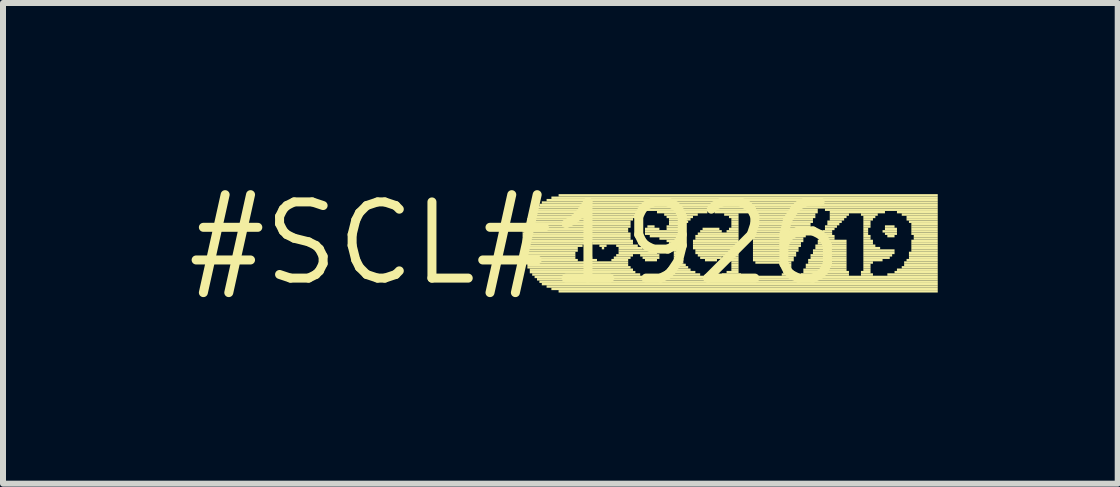
<source format=kicad_pcb>
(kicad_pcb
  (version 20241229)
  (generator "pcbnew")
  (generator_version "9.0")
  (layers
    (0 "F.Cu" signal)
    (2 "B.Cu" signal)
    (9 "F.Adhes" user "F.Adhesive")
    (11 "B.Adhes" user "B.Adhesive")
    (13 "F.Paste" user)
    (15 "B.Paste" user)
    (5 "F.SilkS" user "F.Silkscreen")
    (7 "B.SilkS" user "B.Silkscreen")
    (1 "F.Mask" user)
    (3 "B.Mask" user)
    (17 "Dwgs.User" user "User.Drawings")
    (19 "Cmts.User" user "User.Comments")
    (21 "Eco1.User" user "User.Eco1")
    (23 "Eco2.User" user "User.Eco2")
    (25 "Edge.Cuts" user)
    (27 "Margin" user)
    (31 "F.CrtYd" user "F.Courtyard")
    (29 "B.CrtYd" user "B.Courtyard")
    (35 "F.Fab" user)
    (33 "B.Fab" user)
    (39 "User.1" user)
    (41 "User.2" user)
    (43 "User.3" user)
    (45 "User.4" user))
  (footprint "#SCL#1926"
    (layer "F.Cu")
    (at 5.541 1.006)
    (property "Reference" "#SCL#1926" (at 0 0 0) (layer "F.SilkS") (effects (font (size 1.27 1.27) (thickness 0.15))))
    (attr through_hole)
    (fp_poly (pts (xy 0.12 -0.18) (xy 1.88 -0.18) (xy 1.88 -0.22) (xy 0.12 -0.22)) (stroke (width 0) (type solid)) (fill yes) (layer "F.SilkS"))
    (fp_poly (pts (xy 0.12 -0.14) (xy 1.92 -0.14) (xy 1.92 -0.18) (xy 0.12 -0.18)) (stroke (width 0) (type solid)) (fill yes) (layer "F.SilkS"))
    (fp_poly (pts (xy 0.12 -0.1) (xy 1.92 -0.1) (xy 1.92 -0.14) (xy 0.12 -0.14)) (stroke (width 0) (type solid)) (fill yes) (layer "F.SilkS"))
    (fp_poly (pts (xy 0.12 -0.06) (xy 1.92 -0.06) (xy 1.92 -0.1) (xy 0.12 -0.1)) (stroke (width 0) (type solid)) (fill yes) (layer "F.SilkS"))
    (fp_poly (pts (xy 0.12 -0.02) (xy 1.96 -0.02) (xy 1.96 -0.06) (xy 0.12 -0.06)) (stroke (width 0) (type solid)) (fill yes) (layer "F.SilkS"))
    (fp_poly (pts (xy 0.12 0.02) (xy 1.2 0.02) (xy 1.2 -0.02) (xy 0.12 -0.02)) (stroke (width 0) (type solid)) (fill yes) (layer "F.SilkS"))
    (fp_poly (pts (xy 0.12 0.06) (xy 1.12 0.06) (xy 1.12 0.02) (xy 0.12 0.02)) (stroke (width 0) (type solid)) (fill yes) (layer "F.SilkS"))
    (fp_poly (pts (xy 0.12 0.1) (xy 1.04 0.1) (xy 1.04 0.06) (xy 0.12 0.06)) (stroke (width 0) (type solid)) (fill yes) (layer "F.SilkS"))
    (fp_poly (pts (xy 0.12 0.14) (xy 1.04 0.14) (xy 1.04 0.1) (xy 0.12 0.1)) (stroke (width 0) (type solid)) (fill yes) (layer "F.SilkS"))
    (fp_poly (pts (xy 0.12 0.18) (xy 1 0.18) (xy 1 0.14) (xy 0.12 0.14)) (stroke (width 0) (type solid)) (fill yes) (layer "F.SilkS"))
    (fp_poly (pts (xy 0.12 0.22) (xy 1 0.22) (xy 1 0.18) (xy 0.12 0.18)) (stroke (width 0) (type solid)) (fill yes) (layer "F.SilkS"))
    (fp_poly (pts (xy 0.16 -0.3) (xy 1.92 -0.3) (xy 1.92 -0.34) (xy 0.16 -0.34)) (stroke (width 0) (type solid)) (fill yes) (layer "F.SilkS"))
    (fp_poly (pts (xy 0.16 -0.26) (xy 1.92 -0.26) (xy 1.92 -0.3) (xy 0.16 -0.3)) (stroke (width 0) (type solid)) (fill yes) (layer "F.SilkS"))
    (fp_poly (pts (xy 0.16 -0.22) (xy 1.88 -0.22) (xy 1.88 -0.26) (xy 0.16 -0.26)) (stroke (width 0) (type solid)) (fill yes) (layer "F.SilkS"))
    (fp_poly (pts (xy 0.16 0.26) (xy 1 0.26) (xy 1 0.22) (xy 0.16 0.22)) (stroke (width 0) (type solid)) (fill yes) (layer "F.SilkS"))
    (fp_poly (pts (xy 0.16 0.3) (xy 1.04 0.3) (xy 1.04 0.26) (xy 0.16 0.26)) (stroke (width 0) (type solid)) (fill yes) (layer "F.SilkS"))
    (fp_poly (pts (xy 0.16 0.34) (xy 1.88 0.34) (xy 1.88 0.3) (xy 0.16 0.3)) (stroke (width 0) (type solid)) (fill yes) (layer "F.SilkS"))
    (fp_poly (pts (xy 0.2 -0.38) (xy 1.96 -0.38) (xy 1.96 -0.42) (xy 0.2 -0.42)) (stroke (width 0) (type solid)) (fill yes) (layer "F.SilkS"))
    (fp_poly (pts (xy 0.2 -0.34) (xy 1.92 -0.34) (xy 1.92 -0.38) (xy 0.2 -0.38)) (stroke (width 0) (type solid)) (fill yes) (layer "F.SilkS"))
    (fp_poly (pts (xy 0.2 0.38) (xy 1.88 0.38) (xy 1.88 0.34) (xy 0.2 0.34)) (stroke (width 0) (type solid)) (fill yes) (layer "F.SilkS"))
    (fp_poly (pts (xy 0.2 0.42) (xy 1.92 0.42) (xy 1.92 0.38) (xy 0.2 0.38)) (stroke (width 0) (type solid)) (fill yes) (layer "F.SilkS"))
    (fp_poly (pts (xy 0.24 -0.46) (xy 2.04 -0.46) (xy 2.04 -0.5) (xy 0.24 -0.5)) (stroke (width 0) (type solid)) (fill yes) (layer "F.SilkS"))
    (fp_poly (pts (xy 0.24 -0.42) (xy 2 -0.42) (xy 2 -0.46) (xy 0.24 -0.46)) (stroke (width 0) (type solid)) (fill yes) (layer "F.SilkS"))
    (fp_poly (pts (xy 0.24 0.46) (xy 1.96 0.46) (xy 1.96 0.42) (xy 0.24 0.42)) (stroke (width 0) (type solid)) (fill yes) (layer "F.SilkS"))
    (fp_poly (pts (xy 0.24 0.5) (xy 2 0.5) (xy 2 0.46) (xy 0.24 0.46)) (stroke (width 0) (type solid)) (fill yes) (layer "F.SilkS"))
    (fp_poly (pts (xy 0.28 -0.5) (xy 2.16 -0.5) (xy 2.16 -0.54) (xy 0.28 -0.54)) (stroke (width 0) (type solid)) (fill yes) (layer "F.SilkS"))
    (fp_poly (pts (xy 0.28 0.54) (xy 2.08 0.54) (xy 2.08 0.5) (xy 0.28 0.5)) (stroke (width 0) (type solid)) (fill yes) (layer "F.SilkS"))
    (fp_poly (pts (xy 0.32 -0.54) (xy 5.04 -0.54) (xy 5.04 -0.58) (xy 0.32 -0.58)) (stroke (width 0) (type solid)) (fill yes) (layer "F.SilkS"))
    (fp_poly (pts (xy 0.32 0.58) (xy 4.56 0.58) (xy 4.56 0.54) (xy 0.32 0.54)) (stroke (width 0) (type solid)) (fill yes) (layer "F.SilkS"))
    (fp_poly (pts (xy 0.36 -0.58) (xy 7.04 -0.58) (xy 7.04 -0.62) (xy 0.36 -0.62)) (stroke (width 0) (type solid)) (fill yes) (layer "F.SilkS"))
    (fp_poly (pts (xy 0.36 0.62) (xy 4.64 0.62) (xy 4.64 0.58) (xy 0.36 0.58)) (stroke (width 0) (type solid)) (fill yes) (layer "F.SilkS"))
    (fp_poly (pts (xy 0.4 -0.62) (xy 7.04 -0.62) (xy 7.04 -0.66) (xy 0.4 -0.66)) (stroke (width 0) (type solid)) (fill yes) (layer "F.SilkS"))
    (fp_poly (pts (xy 0.4 0.66) (xy 7.04 0.66) (xy 7.04 0.62) (xy 0.4 0.62)) (stroke (width 0) (type solid)) (fill yes) (layer "F.SilkS"))
    (fp_poly (pts (xy 0.44 -0.66) (xy 7.04 -0.66) (xy 7.04 -0.7) (xy 0.44 -0.7)) (stroke (width 0) (type solid)) (fill yes) (layer "F.SilkS"))
    (fp_poly (pts (xy 0.44 0.7) (xy 7.04 0.7) (xy 7.04 0.66) (xy 0.44 0.66)) (stroke (width 0) (type solid)) (fill yes) (layer "F.SilkS"))
    (fp_poly (pts (xy 0.52 -0.7) (xy 7.04 -0.7) (xy 7.04 -0.74) (xy 0.52 -0.74)) (stroke (width 0) (type solid)) (fill yes) (layer "F.SilkS"))
    (fp_poly (pts (xy 0.52 0.74) (xy 7.04 0.74) (xy 7.04 0.7) (xy 0.52 0.7)) (stroke (width 0) (type solid)) (fill yes) (layer "F.SilkS"))
    (fp_poly (pts (xy 0.6 -0.74) (xy 7.04 -0.74) (xy 7.04 -0.78) (xy 0.6 -0.78)) (stroke (width 0) (type solid)) (fill yes) (layer "F.SilkS"))
    (fp_poly (pts (xy 0.6 0.78) (xy 7.04 0.78) (xy 7.04 0.74) (xy 0.6 0.74)) (stroke (width 0) (type solid)) (fill yes) (layer "F.SilkS"))
    (fp_poly (pts (xy 0.72 -0.78) (xy 7.04 -0.78) (xy 7.04 -0.82) (xy 0.72 -0.82)) (stroke (width 0) (type solid)) (fill yes) (layer "F.SilkS"))
    (fp_poly (pts (xy 0.72 0.82) (xy 7.04 0.82) (xy 7.04 0.78) (xy 0.72 0.78)) (stroke (width 0) (type solid)) (fill yes) (layer "F.SilkS"))
    (fp_poly (pts (xy 1.16 0.3) (xy 1.36 0.3) (xy 1.36 0.26) (xy 1.16 0.26)) (stroke (width 0) (type solid)) (fill yes) (layer "F.SilkS"))
    (fp_poly (pts (xy 1.2 0.26) (xy 1.28 0.26) (xy 1.28 0.22) (xy 1.2 0.22)) (stroke (width 0) (type solid)) (fill yes) (layer "F.SilkS"))
    (fp_poly (pts (xy 1.28 0.02) (xy 1.96 0.02) (xy 1.96 -0.02) (xy 1.28 -0.02)) (stroke (width 0) (type solid)) (fill yes) (layer "F.SilkS"))
    (fp_poly (pts (xy 1.4 0.06) (xy 1.52 0.06) (xy 1.52 0.02) (xy 1.4 0.02)) (stroke (width 0) (type solid)) (fill yes) (layer "F.SilkS"))
    (fp_poly (pts (xy 1.44 0.1) (xy 1.48 0.1) (xy 1.48 0.06) (xy 1.44 0.06)) (stroke (width 0) (type solid)) (fill yes) (layer "F.SilkS"))
    (fp_poly (pts (xy 1.6 0.3) (xy 1.88 0.3) (xy 1.88 0.26) (xy 1.6 0.26)) (stroke (width 0) (type solid)) (fill yes) (layer "F.SilkS"))
    (fp_poly (pts (xy 1.64 0.26) (xy 1.92 0.26) (xy 1.92 0.22) (xy 1.64 0.22)) (stroke (width 0) (type solid)) (fill yes) (layer "F.SilkS"))
    (fp_poly (pts (xy 1.68 0.06) (xy 2.04 0.06) (xy 2.04 0.02) (xy 1.68 0.02)) (stroke (width 0) (type solid)) (fill yes) (layer "F.SilkS"))
    (fp_poly (pts (xy 1.68 0.22) (xy 1.96 0.22) (xy 1.96 0.18) (xy 1.68 0.18)) (stroke (width 0) (type solid)) (fill yes) (layer "F.SilkS"))
    (fp_poly (pts (xy 1.72 0.1) (xy 2.12 0.1) (xy 2.12 0.06) (xy 1.72 0.06)) (stroke (width 0) (type solid)) (fill yes) (layer "F.SilkS"))
    (fp_poly (pts (xy 1.72 0.14) (xy 2.28 0.14) (xy 2.28 0.1) (xy 1.72 0.1)) (stroke (width 0) (type solid)) (fill yes) (layer "F.SilkS"))
    (fp_poly (pts (xy 1.72 0.18) (xy 2.36 0.18) (xy 2.36 0.14) (xy 1.72 0.14)) (stroke (width 0) (type solid)) (fill yes) (layer "F.SilkS"))
    (fp_poly (pts (xy 2.08 0.22) (xy 2.4 0.22) (xy 2.4 0.18) (xy 2.08 0.18)) (stroke (width 0) (type solid)) (fill yes) (layer "F.SilkS"))
    (fp_poly (pts (xy 2.12 0.26) (xy 2.4 0.26) (xy 2.4 0.22) (xy 2.12 0.22)) (stroke (width 0) (type solid)) (fill yes) (layer "F.SilkS"))
    (fp_poly (pts (xy 2.16 -0.22) (xy 2.4 -0.22) (xy 2.4 -0.26) (xy 2.16 -0.26)) (stroke (width 0) (type solid)) (fill yes) (layer "F.SilkS"))
    (fp_poly (pts (xy 2.16 -0.18) (xy 2.76 -0.18) (xy 2.76 -0.22) (xy 2.16 -0.22)) (stroke (width 0) (type solid)) (fill yes) (layer "F.SilkS"))
    (fp_poly (pts (xy 2.16 -0.14) (xy 2.76 -0.14) (xy 2.76 -0.18) (xy 2.16 -0.18)) (stroke (width 0) (type solid)) (fill yes) (layer "F.SilkS"))
    (fp_poly (pts (xy 2.16 0.3) (xy 2.36 0.3) (xy 2.36 0.26) (xy 2.16 0.26)) (stroke (width 0) (type solid)) (fill yes) (layer "F.SilkS"))
    (fp_poly (pts (xy 2.2 -0.26) (xy 2.32 -0.26) (xy 2.32 -0.3) (xy 2.2 -0.3)) (stroke (width 0) (type solid)) (fill yes) (layer "F.SilkS"))
    (fp_poly (pts (xy 2.24 -0.1) (xy 2.72 -0.1) (xy 2.72 -0.14) (xy 2.24 -0.14)) (stroke (width 0) (type solid)) (fill yes) (layer "F.SilkS"))
    (fp_poly (pts (xy 2.36 -0.5) (xy 3.2 -0.5) (xy 3.2 -0.54) (xy 2.36 -0.54)) (stroke (width 0) (type solid)) (fill yes) (layer "F.SilkS"))
    (fp_poly (pts (xy 2.4 -0.06) (xy 2.72 -0.06) (xy 2.72 -0.1) (xy 2.4 -0.1)) (stroke (width 0) (type solid)) (fill yes) (layer "F.SilkS"))
    (fp_poly (pts (xy 2.44 0.54) (xy 3.08 0.54) (xy 3.08 0.5) (xy 2.44 0.5)) (stroke (width 0) (type solid)) (fill yes) (layer "F.SilkS"))
    (fp_poly (pts (xy 2.48 -0.46) (xy 3.04 -0.46) (xy 3.04 -0.5) (xy 2.48 -0.5)) (stroke (width 0) (type solid)) (fill yes) (layer "F.SilkS"))
    (fp_poly (pts (xy 2.52 -0.42) (xy 2.96 -0.42) (xy 2.96 -0.46) (xy 2.52 -0.46)) (stroke (width 0) (type solid)) (fill yes) (layer "F.SilkS"))
    (fp_poly (pts (xy 2.52 -0.26) (xy 2.8 -0.26) (xy 2.8 -0.3) (xy 2.52 -0.3)) (stroke (width 0) (type solid)) (fill yes) (layer "F.SilkS"))
    (fp_poly (pts (xy 2.52 -0.22) (xy 2.76 -0.22) (xy 2.76 -0.26) (xy 2.52 -0.26)) (stroke (width 0) (type solid)) (fill yes) (layer "F.SilkS"))
    (fp_poly (pts (xy 2.52 -0.02) (xy 2.72 -0.02) (xy 2.72 -0.06) (xy 2.52 -0.06)) (stroke (width 0) (type solid)) (fill yes) (layer "F.SilkS"))
    (fp_poly (pts (xy 2.52 0.5) (xy 3 0.5) (xy 3 0.46) (xy 2.52 0.46)) (stroke (width 0) (type solid)) (fill yes) (layer "F.SilkS"))
    (fp_poly (pts (xy 2.56 -0.38) (xy 2.92 -0.38) (xy 2.92 -0.42) (xy 2.56 -0.42)) (stroke (width 0) (type solid)) (fill yes) (layer "F.SilkS"))
    (fp_poly (pts (xy 2.56 -0.34) (xy 2.88 -0.34) (xy 2.88 -0.38) (xy 2.56 -0.38)) (stroke (width 0) (type solid)) (fill yes) (layer "F.SilkS"))
    (fp_poly (pts (xy 2.56 -0.3) (xy 2.84 -0.3) (xy 2.84 -0.34) (xy 2.56 -0.34)) (stroke (width 0) (type solid)) (fill yes) (layer "F.SilkS"))
    (fp_poly (pts (xy 2.56 0.02) (xy 2.72 0.02) (xy 2.72 -0.02) (xy 2.56 -0.02)) (stroke (width 0) (type solid)) (fill yes) (layer "F.SilkS"))
    (fp_poly (pts (xy 2.56 0.46) (xy 2.92 0.46) (xy 2.92 0.42) (xy 2.56 0.42)) (stroke (width 0) (type solid)) (fill yes) (layer "F.SilkS"))
    (fp_poly (pts (xy 2.6 0.06) (xy 2.72 0.06) (xy 2.72 0.02) (xy 2.6 0.02)) (stroke (width 0) (type solid)) (fill yes) (layer "F.SilkS"))
    (fp_poly (pts (xy 2.6 0.1) (xy 2.72 0.1) (xy 2.72 0.06) (xy 2.6 0.06)) (stroke (width 0) (type solid)) (fill yes) (layer "F.SilkS"))
    (fp_poly (pts (xy 2.6 0.38) (xy 2.84 0.38) (xy 2.84 0.34) (xy 2.6 0.34)) (stroke (width 0) (type solid)) (fill yes) (layer "F.SilkS"))
    (fp_poly (pts (xy 2.6 0.42) (xy 2.88 0.42) (xy 2.88 0.38) (xy 2.6 0.38)) (stroke (width 0) (type solid)) (fill yes) (layer "F.SilkS"))
    (fp_poly (pts (xy 2.64 0.14) (xy 2.72 0.14) (xy 2.72 0.1) (xy 2.64 0.1)) (stroke (width 0) (type solid)) (fill yes) (layer "F.SilkS"))
    (fp_poly (pts (xy 2.64 0.18) (xy 2.72 0.18) (xy 2.72 0.14) (xy 2.64 0.14)) (stroke (width 0) (type solid)) (fill yes) (layer "F.SilkS"))
    (fp_poly (pts (xy 2.64 0.22) (xy 2.76 0.22) (xy 2.76 0.18) (xy 2.64 0.18)) (stroke (width 0) (type solid)) (fill yes) (layer "F.SilkS"))
    (fp_poly (pts (xy 2.64 0.26) (xy 2.76 0.26) (xy 2.76 0.22) (xy 2.64 0.22)) (stroke (width 0) (type solid)) (fill yes) (layer "F.SilkS"))
    (fp_poly (pts (xy 2.64 0.3) (xy 2.8 0.3) (xy 2.8 0.26) (xy 2.64 0.26)) (stroke (width 0) (type solid)) (fill yes) (layer "F.SilkS"))
    (fp_poly (pts (xy 2.64 0.34) (xy 2.8 0.34) (xy 2.8 0.3) (xy 2.64 0.3)) (stroke (width 0) (type solid)) (fill yes) (layer "F.SilkS"))
    (fp_poly (pts (xy 2.96 -0.02) (xy 3.72 -0.02) (xy 3.72 -0.06) (xy 2.96 -0.06)) (stroke (width 0) (type solid)) (fill yes) (layer "F.SilkS"))
    (fp_poly (pts (xy 2.96 0.02) (xy 3.72 0.02) (xy 3.72 -0.02) (xy 2.96 -0.02)) (stroke (width 0) (type solid)) (fill yes) (layer "F.SilkS"))
    (fp_poly (pts (xy 2.96 0.06) (xy 3.72 0.06) (xy 3.72 0.02) (xy 2.96 0.02)) (stroke (width 0) (type solid)) (fill yes) (layer "F.SilkS"))
    (fp_poly (pts (xy 2.96 0.1) (xy 3.72 0.1) (xy 3.72 0.06) (xy 2.96 0.06)) (stroke (width 0) (type solid)) (fill yes) (layer "F.SilkS"))
    (fp_poly (pts (xy 3 -0.1) (xy 3.72 -0.1) (xy 3.72 -0.14) (xy 3 -0.14)) (stroke (width 0) (type solid)) (fill yes) (layer "F.SilkS"))
    (fp_poly (pts (xy 3 -0.06) (xy 3.72 -0.06) (xy 3.72 -0.1) (xy 3 -0.1)) (stroke (width 0) (type solid)) (fill yes) (layer "F.SilkS"))
    (fp_poly (pts (xy 3 0.14) (xy 3.72 0.14) (xy 3.72 0.1) (xy 3 0.1)) (stroke (width 0) (type solid)) (fill yes) (layer "F.SilkS"))
    (fp_poly (pts (xy 3 0.18) (xy 3.72 0.18) (xy 3.72 0.14) (xy 3 0.14)) (stroke (width 0) (type solid)) (fill yes) (layer "F.SilkS"))
    (fp_poly (pts (xy 3.04 -0.14) (xy 3.72 -0.14) (xy 3.72 -0.18) (xy 3.04 -0.18)) (stroke (width 0) (type solid)) (fill yes) (layer "F.SilkS"))
    (fp_poly (pts (xy 3.04 0.22) (xy 3.72 0.22) (xy 3.72 0.18) (xy 3.04 0.18)) (stroke (width 0) (type solid)) (fill yes) (layer "F.SilkS"))
    (fp_poly (pts (xy 3.08 -0.18) (xy 3.44 -0.18) (xy 3.44 -0.22) (xy 3.08 -0.22)) (stroke (width 0) (type solid)) (fill yes) (layer "F.SilkS"))
    (fp_poly (pts (xy 3.08 0.26) (xy 3.44 0.26) (xy 3.44 0.22) (xy 3.08 0.22)) (stroke (width 0) (type solid)) (fill yes) (layer "F.SilkS"))
    (fp_poly (pts (xy 3.12 -0.22) (xy 3.4 -0.22) (xy 3.4 -0.26) (xy 3.12 -0.26)) (stroke (width 0) (type solid)) (fill yes) (layer "F.SilkS"))
    (fp_poly (pts (xy 3.16 0.3) (xy 3.36 0.3) (xy 3.36 0.26) (xy 3.16 0.26)) (stroke (width 0) (type solid)) (fill yes) (layer "F.SilkS"))
    (fp_poly (pts (xy 3.32 -0.5) (xy 5.04 -0.5) (xy 5.04 -0.54) (xy 3.32 -0.54)) (stroke (width 0) (type solid)) (fill yes) (layer "F.SilkS"))
    (fp_poly (pts (xy 3.44 0.54) (xy 3.76 0.54) (xy 3.76 0.5) (xy 3.44 0.5)) (stroke (width 0) (type solid)) (fill yes) (layer "F.SilkS"))
    (fp_poly (pts (xy 3.48 -0.46) (xy 3.72 -0.46) (xy 3.72 -0.5) (xy 3.48 -0.5)) (stroke (width 0) (type solid)) (fill yes) (layer "F.SilkS"))
    (fp_poly (pts (xy 3.52 -0.18) (xy 3.72 -0.18) (xy 3.72 -0.22) (xy 3.52 -0.22)) (stroke (width 0) (type solid)) (fill yes) (layer "F.SilkS"))
    (fp_poly (pts (xy 3.52 0.26) (xy 3.72 0.26) (xy 3.72 0.22) (xy 3.52 0.22)) (stroke (width 0) (type solid)) (fill yes) (layer "F.SilkS"))
    (fp_poly (pts (xy 3.52 0.5) (xy 3.72 0.5) (xy 3.72 0.46) (xy 3.52 0.46)) (stroke (width 0) (type solid)) (fill yes) (layer "F.SilkS"))
    (fp_poly (pts (xy 3.56 -0.42) (xy 3.72 -0.42) (xy 3.72 -0.46) (xy 3.56 -0.46)) (stroke (width 0) (type solid)) (fill yes) (layer "F.SilkS"))
    (fp_poly (pts (xy 3.56 -0.22) (xy 3.72 -0.22) (xy 3.72 -0.26) (xy 3.56 -0.26)) (stroke (width 0) (type solid)) (fill yes) (layer "F.SilkS"))
    (fp_poly (pts (xy 3.56 0.3) (xy 3.72 0.3) (xy 3.72 0.26) (xy 3.56 0.26)) (stroke (width 0) (type solid)) (fill yes) (layer "F.SilkS"))
    (fp_poly (pts (xy 3.6 -0.38) (xy 3.72 -0.38) (xy 3.72 -0.42) (xy 3.6 -0.42)) (stroke (width 0) (type solid)) (fill yes) (layer "F.SilkS"))
    (fp_poly (pts (xy 3.6 -0.34) (xy 3.72 -0.34) (xy 3.72 -0.38) (xy 3.6 -0.38)) (stroke (width 0) (type solid)) (fill yes) (layer "F.SilkS"))
    (fp_poly (pts (xy 3.6 -0.3) (xy 3.72 -0.3) (xy 3.72 -0.34) (xy 3.6 -0.34)) (stroke (width 0) (type solid)) (fill yes) (layer "F.SilkS"))
    (fp_poly (pts (xy 3.6 -0.26) (xy 3.72 -0.26) (xy 3.72 -0.3) (xy 3.6 -0.3)) (stroke (width 0) (type solid)) (fill yes) (layer "F.SilkS"))
    (fp_poly (pts (xy 3.6 0.34) (xy 3.72 0.34) (xy 3.72 0.3) (xy 3.6 0.3)) (stroke (width 0) (type solid)) (fill yes) (layer "F.SilkS"))
    (fp_poly (pts (xy 3.6 0.38) (xy 3.72 0.38) (xy 3.72 0.34) (xy 3.6 0.34)) (stroke (width 0) (type solid)) (fill yes) (layer "F.SilkS"))
    (fp_poly (pts (xy 3.6 0.42) (xy 3.72 0.42) (xy 3.72 0.38) (xy 3.6 0.38)) (stroke (width 0) (type solid)) (fill yes) (layer "F.SilkS"))
    (fp_poly (pts (xy 3.6 0.46) (xy 3.72 0.46) (xy 3.72 0.42) (xy 3.6 0.42)) (stroke (width 0) (type solid)) (fill yes) (layer "F.SilkS"))
    (fp_poly (pts (xy 3.96 -0.46) (xy 5 -0.46) (xy 5 -0.5) (xy 3.96 -0.5)) (stroke (width 0) (type solid)) (fill yes) (layer "F.SilkS"))
    (fp_poly (pts (xy 3.96 -0.42) (xy 5 -0.42) (xy 5 -0.46) (xy 3.96 -0.46)) (stroke (width 0) (type solid)) (fill yes) (layer "F.SilkS"))
    (fp_poly (pts (xy 3.96 -0.38) (xy 4.96 -0.38) (xy 4.96 -0.42) (xy 3.96 -0.42)) (stroke (width 0) (type solid)) (fill yes) (layer "F.SilkS"))
    (fp_poly (pts (xy 3.96 -0.34) (xy 4.96 -0.34) (xy 4.96 -0.38) (xy 3.96 -0.38)) (stroke (width 0) (type solid)) (fill yes) (layer "F.SilkS"))
    (fp_poly (pts (xy 3.96 -0.3) (xy 4.92 -0.3) (xy 4.92 -0.34) (xy 3.96 -0.34)) (stroke (width 0) (type solid)) (fill yes) (layer "F.SilkS"))
    (fp_poly (pts (xy 3.96 -0.26) (xy 4.92 -0.26) (xy 4.92 -0.3) (xy 3.96 -0.3)) (stroke (width 0) (type solid)) (fill yes) (layer "F.SilkS"))
    (fp_poly (pts (xy 3.96 -0.22) (xy 4.88 -0.22) (xy 4.88 -0.26) (xy 3.96 -0.26)) (stroke (width 0) (type solid)) (fill yes) (layer "F.SilkS"))
    (fp_poly (pts (xy 3.96 -0.18) (xy 4.88 -0.18) (xy 4.88 -0.22) (xy 3.96 -0.22)) (stroke (width 0) (type solid)) (fill yes) (layer "F.SilkS"))
    (fp_poly (pts (xy 3.96 -0.14) (xy 4.84 -0.14) (xy 4.84 -0.18) (xy 3.96 -0.18)) (stroke (width 0) (type solid)) (fill yes) (layer "F.SilkS"))
    (fp_poly (pts (xy 3.96 -0.1) (xy 4.84 -0.1) (xy 4.84 -0.14) (xy 3.96 -0.14)) (stroke (width 0) (type solid)) (fill yes) (layer "F.SilkS"))
    (fp_poly (pts (xy 3.96 -0.06) (xy 4.8 -0.06) (xy 4.8 -0.1) (xy 3.96 -0.1)) (stroke (width 0) (type solid)) (fill yes) (layer "F.SilkS"))
    (fp_poly (pts (xy 3.96 -0.02) (xy 4.8 -0.02) (xy 4.8 -0.06) (xy 3.96 -0.06)) (stroke (width 0) (type solid)) (fill yes) (layer "F.SilkS"))
    (fp_poly (pts (xy 3.96 0.02) (xy 4.76 0.02) (xy 4.76 -0.02) (xy 3.96 -0.02)) (stroke (width 0) (type solid)) (fill yes) (layer "F.SilkS"))
    (fp_poly (pts (xy 3.96 0.06) (xy 4.76 0.06) (xy 4.76 0.02) (xy 3.96 0.02)) (stroke (width 0) (type solid)) (fill yes) (layer "F.SilkS"))
    (fp_poly (pts (xy 3.96 0.1) (xy 4.72 0.1) (xy 4.72 0.06) (xy 3.96 0.06)) (stroke (width 0) (type solid)) (fill yes) (layer "F.SilkS"))
    (fp_poly (pts (xy 3.96 0.14) (xy 4.72 0.14) (xy 4.72 0.1) (xy 3.96 0.1)) (stroke (width 0) (type solid)) (fill yes) (layer "F.SilkS"))
    (fp_poly (pts (xy 3.96 0.18) (xy 4.68 0.18) (xy 4.68 0.14) (xy 3.96 0.14)) (stroke (width 0) (type solid)) (fill yes) (layer "F.SilkS"))
    (fp_poly (pts (xy 3.96 0.22) (xy 4.68 0.22) (xy 4.68 0.18) (xy 3.96 0.18)) (stroke (width 0) (type solid)) (fill yes) (layer "F.SilkS"))
    (fp_poly (pts (xy 3.96 0.26) (xy 4.64 0.26) (xy 4.64 0.22) (xy 3.96 0.22)) (stroke (width 0) (type solid)) (fill yes) (layer "F.SilkS"))
    (fp_poly (pts (xy 3.96 0.3) (xy 4.64 0.3) (xy 4.64 0.26) (xy 3.96 0.26)) (stroke (width 0) (type solid)) (fill yes) (layer "F.SilkS"))
    (fp_poly (pts (xy 4 0.34) (xy 4.6 0.34) (xy 4.6 0.3) (xy 4 0.3)) (stroke (width 0) (type solid)) (fill yes) (layer "F.SilkS"))
    (fp_poly (pts (xy 4.44 0.38) (xy 4.6 0.38) (xy 4.6 0.34) (xy 4.44 0.34)) (stroke (width 0) (type solid)) (fill yes) (layer "F.SilkS"))
    (fp_poly (pts (xy 4.44 0.54) (xy 4.52 0.54) (xy 4.52 0.5) (xy 4.44 0.5)) (stroke (width 0) (type solid)) (fill yes) (layer "F.SilkS"))
    (fp_poly (pts (xy 4.48 0.42) (xy 4.6 0.42) (xy 4.6 0.38) (xy 4.48 0.38)) (stroke (width 0) (type solid)) (fill yes) (layer "F.SilkS"))
    (fp_poly (pts (xy 4.48 0.46) (xy 4.56 0.46) (xy 4.56 0.42) (xy 4.48 0.42)) (stroke (width 0) (type solid)) (fill yes) (layer "F.SilkS"))
    (fp_poly (pts (xy 4.48 0.5) (xy 4.56 0.5) (xy 4.56 0.46) (xy 4.48 0.46)) (stroke (width 0) (type solid)) (fill yes) (layer "F.SilkS"))
    (fp_poly (pts (xy 4.72 0.62) (xy 7.04 0.62) (xy 7.04 0.58) (xy 4.72 0.58)) (stroke (width 0) (type solid)) (fill yes) (layer "F.SilkS"))
    (fp_poly (pts (xy 4.76 0.54) (xy 5.56 0.54) (xy 5.56 0.5) (xy 4.76 0.5)) (stroke (width 0) (type solid)) (fill yes) (layer "F.SilkS"))
    (fp_poly (pts (xy 4.76 0.58) (xy 7.04 0.58) (xy 7.04 0.54) (xy 4.76 0.54)) (stroke (width 0) (type solid)) (fill yes) (layer "F.SilkS"))
    (fp_poly (pts (xy 4.8 0.46) (xy 5.52 0.46) (xy 5.52 0.42) (xy 4.8 0.42)) (stroke (width 0) (type solid)) (fill yes) (layer "F.SilkS"))
    (fp_poly (pts (xy 4.8 0.5) (xy 5.56 0.5) (xy 5.56 0.46) (xy 4.8 0.46)) (stroke (width 0) (type solid)) (fill yes) (layer "F.SilkS"))
    (fp_poly (pts (xy 4.84 0.38) (xy 5.52 0.38) (xy 5.52 0.34) (xy 4.84 0.34)) (stroke (width 0) (type solid)) (fill yes) (layer "F.SilkS"))
    (fp_poly (pts (xy 4.84 0.42) (xy 5.52 0.42) (xy 5.52 0.38) (xy 4.84 0.38)) (stroke (width 0) (type solid)) (fill yes) (layer "F.SilkS"))
    (fp_poly (pts (xy 4.88 0.3) (xy 5.52 0.3) (xy 5.52 0.26) (xy 4.88 0.26)) (stroke (width 0) (type solid)) (fill yes) (layer "F.SilkS"))
    (fp_poly (pts (xy 4.88 0.34) (xy 5.52 0.34) (xy 5.52 0.3) (xy 4.88 0.3)) (stroke (width 0) (type solid)) (fill yes) (layer "F.SilkS"))
    (fp_poly (pts (xy 4.92 0.22) (xy 5.52 0.22) (xy 5.52 0.18) (xy 4.92 0.18)) (stroke (width 0) (type solid)) (fill yes) (layer "F.SilkS"))
    (fp_poly (pts (xy 4.92 0.26) (xy 5.52 0.26) (xy 5.52 0.22) (xy 4.92 0.22)) (stroke (width 0) (type solid)) (fill yes) (layer "F.SilkS"))
    (fp_poly (pts (xy 4.96 0.14) (xy 5.52 0.14) (xy 5.52 0.1) (xy 4.96 0.1)) (stroke (width 0) (type solid)) (fill yes) (layer "F.SilkS"))
    (fp_poly (pts (xy 4.96 0.18) (xy 5.52 0.18) (xy 5.52 0.14) (xy 4.96 0.14)) (stroke (width 0) (type solid)) (fill yes) (layer "F.SilkS"))
    (fp_poly (pts (xy 5 0.06) (xy 5.52 0.06) (xy 5.52 0.02) (xy 5 0.02)) (stroke (width 0) (type solid)) (fill yes) (layer "F.SilkS"))
    (fp_poly (pts (xy 5 0.1) (xy 5.52 0.1) (xy 5.52 0.06) (xy 5 0.06)) (stroke (width 0) (type solid)) (fill yes) (layer "F.SilkS"))
    (fp_poly (pts (xy 5.04 -0.02) (xy 5.52 -0.02) (xy 5.52 -0.06) (xy 5.04 -0.06)) (stroke (width 0) (type solid)) (fill yes) (layer "F.SilkS"))
    (fp_poly (pts (xy 5.04 0.02) (xy 5.52 0.02) (xy 5.52 -0.02) (xy 5.04 -0.02)) (stroke (width 0) (type solid)) (fill yes) (layer "F.SilkS"))
    (fp_poly (pts (xy 5.08 -0.1) (xy 5.32 -0.1) (xy 5.32 -0.14) (xy 5.08 -0.14)) (stroke (width 0) (type solid)) (fill yes) (layer "F.SilkS"))
    (fp_poly (pts (xy 5.08 -0.06) (xy 5.32 -0.06) (xy 5.32 -0.1) (xy 5.08 -0.1)) (stroke (width 0) (type solid)) (fill yes) (layer "F.SilkS"))
    (fp_poly (pts (xy 5.12 -0.18) (xy 5.28 -0.18) (xy 5.28 -0.22) (xy 5.12 -0.22)) (stroke (width 0) (type solid)) (fill yes) (layer "F.SilkS"))
    (fp_poly (pts (xy 5.12 -0.14) (xy 5.28 -0.14) (xy 5.28 -0.18) (xy 5.12 -0.18)) (stroke (width 0) (type solid)) (fill yes) (layer "F.SilkS"))
    (fp_poly (pts (xy 5.16 -0.54) (xy 7.04 -0.54) (xy 7.04 -0.58) (xy 5.16 -0.58)) (stroke (width 0) (type solid)) (fill yes) (layer "F.SilkS"))
    (fp_poly (pts (xy 5.16 -0.26) (xy 5.36 -0.26) (xy 5.36 -0.3) (xy 5.16 -0.3)) (stroke (width 0) (type solid)) (fill yes) (layer "F.SilkS"))
    (fp_poly (pts (xy 5.16 -0.22) (xy 5.32 -0.22) (xy 5.32 -0.26) (xy 5.16 -0.26)) (stroke (width 0) (type solid)) (fill yes) (layer "F.SilkS"))
    (fp_poly (pts (xy 5.2 -0.34) (xy 5.44 -0.34) (xy 5.44 -0.38) (xy 5.2 -0.38)) (stroke (width 0) (type solid)) (fill yes) (layer "F.SilkS"))
    (fp_poly (pts (xy 5.2 -0.3) (xy 5.4 -0.3) (xy 5.4 -0.34) (xy 5.2 -0.34)) (stroke (width 0) (type solid)) (fill yes) (layer "F.SilkS"))
    (fp_poly (pts (xy 5.24 -0.5) (xy 6.16 -0.5) (xy 6.16 -0.54) (xy 5.24 -0.54)) (stroke (width 0) (type solid)) (fill yes) (layer "F.SilkS"))
    (fp_poly (pts (xy 5.24 -0.46) (xy 5.56 -0.46) (xy 5.56 -0.5) (xy 5.24 -0.5)) (stroke (width 0) (type solid)) (fill yes) (layer "F.SilkS"))
    (fp_poly (pts (xy 5.24 -0.42) (xy 5.52 -0.42) (xy 5.52 -0.46) (xy 5.24 -0.46)) (stroke (width 0) (type solid)) (fill yes) (layer "F.SilkS"))
    (fp_poly (pts (xy 5.24 -0.38) (xy 5.48 -0.38) (xy 5.48 -0.42) (xy 5.24 -0.42)) (stroke (width 0) (type solid)) (fill yes) (layer "F.SilkS"))
    (fp_poly (pts (xy 5.76 -0.46) (xy 6.04 -0.46) (xy 6.04 -0.5) (xy 5.76 -0.5)) (stroke (width 0) (type solid)) (fill yes) (layer "F.SilkS"))
    (fp_poly (pts (xy 5.76 0.5) (xy 5.92 0.5) (xy 5.92 0.46) (xy 5.76 0.46)) (stroke (width 0) (type solid)) (fill yes) (layer "F.SilkS"))
    (fp_poly (pts (xy 5.76 0.54) (xy 5.96 0.54) (xy 5.96 0.5) (xy 5.76 0.5)) (stroke (width 0) (type solid)) (fill yes) (layer "F.SilkS"))
    (fp_poly (pts (xy 5.8 -0.42) (xy 6 -0.42) (xy 6 -0.46) (xy 5.8 -0.46)) (stroke (width 0) (type solid)) (fill yes) (layer "F.SilkS"))
    (fp_poly (pts (xy 5.8 -0.38) (xy 5.96 -0.38) (xy 5.96 -0.42) (xy 5.8 -0.42)) (stroke (width 0) (type solid)) (fill yes) (layer "F.SilkS"))
    (fp_poly (pts (xy 5.8 -0.34) (xy 5.92 -0.34) (xy 5.92 -0.38) (xy 5.8 -0.38)) (stroke (width 0) (type solid)) (fill yes) (layer "F.SilkS"))
    (fp_poly (pts (xy 5.8 -0.3) (xy 5.92 -0.3) (xy 5.92 -0.34) (xy 5.8 -0.34)) (stroke (width 0) (type solid)) (fill yes) (layer "F.SilkS"))
    (fp_poly (pts (xy 5.8 -0.26) (xy 5.92 -0.26) (xy 5.92 -0.3) (xy 5.8 -0.3)) (stroke (width 0) (type solid)) (fill yes) (layer "F.SilkS"))
    (fp_poly (pts (xy 5.8 -0.22) (xy 5.88 -0.22) (xy 5.88 -0.26) (xy 5.8 -0.26)) (stroke (width 0) (type solid)) (fill yes) (layer "F.SilkS"))
    (fp_poly (pts (xy 5.8 -0.18) (xy 5.88 -0.18) (xy 5.88 -0.22) (xy 5.8 -0.22)) (stroke (width 0) (type solid)) (fill yes) (layer "F.SilkS"))
    (fp_poly (pts (xy 5.8 -0.14) (xy 5.88 -0.14) (xy 5.88 -0.18) (xy 5.8 -0.18)) (stroke (width 0) (type solid)) (fill yes) (layer "F.SilkS"))
    (fp_poly (pts (xy 5.8 -0.1) (xy 5.92 -0.1) (xy 5.92 -0.14) (xy 5.8 -0.14)) (stroke (width 0) (type solid)) (fill yes) (layer "F.SilkS"))
    (fp_poly (pts (xy 5.8 -0.06) (xy 5.92 -0.06) (xy 5.92 -0.1) (xy 5.8 -0.1)) (stroke (width 0) (type solid)) (fill yes) (layer "F.SilkS"))
    (fp_poly (pts (xy 5.8 -0.02) (xy 5.96 -0.02) (xy 5.96 -0.06) (xy 5.8 -0.06)) (stroke (width 0) (type solid)) (fill yes) (layer "F.SilkS"))
    (fp_poly (pts (xy 5.8 0.02) (xy 5.96 0.02) (xy 5.96 -0.02) (xy 5.8 -0.02)) (stroke (width 0) (type solid)) (fill yes) (layer "F.SilkS"))
    (fp_poly (pts (xy 5.8 0.06) (xy 6 0.06) (xy 6 0.02) (xy 5.8 0.02)) (stroke (width 0) (type solid)) (fill yes) (layer "F.SilkS"))
    (fp_poly (pts (xy 5.8 0.1) (xy 6.08 0.1) (xy 6.08 0.06) (xy 5.8 0.06)) (stroke (width 0) (type solid)) (fill yes) (layer "F.SilkS"))
    (fp_poly (pts (xy 5.8 0.14) (xy 6.32 0.14) (xy 6.32 0.1) (xy 5.8 0.1)) (stroke (width 0) (type solid)) (fill yes) (layer "F.SilkS"))
    (fp_poly (pts (xy 5.8 0.18) (xy 6.32 0.18) (xy 6.32 0.14) (xy 5.8 0.14)) (stroke (width 0) (type solid)) (fill yes) (layer "F.SilkS"))
    (fp_poly (pts (xy 5.8 0.22) (xy 6.28 0.22) (xy 6.28 0.18) (xy 5.8 0.18)) (stroke (width 0) (type solid)) (fill yes) (layer "F.SilkS"))
    (fp_poly (pts (xy 5.8 0.26) (xy 6.24 0.26) (xy 6.24 0.22) (xy 5.8 0.22)) (stroke (width 0) (type solid)) (fill yes) (layer "F.SilkS"))
    (fp_poly (pts (xy 5.8 0.3) (xy 6.12 0.3) (xy 6.12 0.26) (xy 5.8 0.26)) (stroke (width 0) (type solid)) (fill yes) (layer "F.SilkS"))
    (fp_poly (pts (xy 5.8 0.34) (xy 5.96 0.34) (xy 5.96 0.3) (xy 5.8 0.3)) (stroke (width 0) (type solid)) (fill yes) (layer "F.SilkS"))
    (fp_poly (pts (xy 5.8 0.38) (xy 5.92 0.38) (xy 5.92 0.34) (xy 5.8 0.34)) (stroke (width 0) (type solid)) (fill yes) (layer "F.SilkS"))
    (fp_poly (pts (xy 5.8 0.42) (xy 5.92 0.42) (xy 5.92 0.38) (xy 5.8 0.38)) (stroke (width 0) (type solid)) (fill yes) (layer "F.SilkS"))
    (fp_poly (pts (xy 5.8 0.46) (xy 5.92 0.46) (xy 5.92 0.42) (xy 5.8 0.42)) (stroke (width 0) (type solid)) (fill yes) (layer "F.SilkS"))
    (fp_poly (pts (xy 6.12 -0.18) (xy 6.36 -0.18) (xy 6.36 -0.22) (xy 6.12 -0.22)) (stroke (width 0) (type solid)) (fill yes) (layer "F.SilkS"))
    (fp_poly (pts (xy 6.16 -0.26) (xy 6.32 -0.26) (xy 6.32 -0.3) (xy 6.16 -0.3)) (stroke (width 0) (type solid)) (fill yes) (layer "F.SilkS"))
    (fp_poly (pts (xy 6.16 -0.22) (xy 6.36 -0.22) (xy 6.36 -0.26) (xy 6.16 -0.26)) (stroke (width 0) (type solid)) (fill yes) (layer "F.SilkS"))
    (fp_poly (pts (xy 6.16 -0.14) (xy 6.36 -0.14) (xy 6.36 -0.18) (xy 6.16 -0.18)) (stroke (width 0) (type solid)) (fill yes) (layer "F.SilkS"))
    (fp_poly (pts (xy 6.2 -0.1) (xy 6.32 -0.1) (xy 6.32 -0.14) (xy 6.2 -0.14)) (stroke (width 0) (type solid)) (fill yes) (layer "F.SilkS"))
    (fp_poly (pts (xy 6.2 0.54) (xy 7.04 0.54) (xy 7.04 0.5) (xy 6.2 0.5)) (stroke (width 0) (type solid)) (fill yes) (layer "F.SilkS"))
    (fp_poly (pts (xy 6.32 0.5) (xy 7.04 0.5) (xy 7.04 0.46) (xy 6.32 0.46)) (stroke (width 0) (type solid)) (fill yes) (layer "F.SilkS"))
    (fp_poly (pts (xy 6.36 -0.5) (xy 7.04 -0.5) (xy 7.04 -0.54) (xy 6.36 -0.54)) (stroke (width 0) (type solid)) (fill yes) (layer "F.SilkS"))
    (fp_poly (pts (xy 6.36 0.46) (xy 7.04 0.46) (xy 7.04 0.42) (xy 6.36 0.42)) (stroke (width 0) (type solid)) (fill yes) (layer "F.SilkS"))
    (fp_poly (pts (xy 6.44 -0.46) (xy 7.04 -0.46) (xy 7.04 -0.5) (xy 6.44 -0.5)) (stroke (width 0) (type solid)) (fill yes) (layer "F.SilkS"))
    (fp_poly (pts (xy 6.44 0.42) (xy 7.04 0.42) (xy 7.04 0.38) (xy 6.44 0.38)) (stroke (width 0) (type solid)) (fill yes) (layer "F.SilkS"))
    (fp_poly (pts (xy 6.48 0.34) (xy 7.04 0.34) (xy 7.04 0.3) (xy 6.48 0.3)) (stroke (width 0) (type solid)) (fill yes) (layer "F.SilkS"))
    (fp_poly (pts (xy 6.48 0.38) (xy 7.04 0.38) (xy 7.04 0.34) (xy 6.48 0.34)) (stroke (width 0) (type solid)) (fill yes) (layer "F.SilkS"))
    (fp_poly (pts (xy 6.52 -0.42) (xy 7.04 -0.42) (xy 7.04 -0.46) (xy 6.52 -0.46)) (stroke (width 0) (type solid)) (fill yes) (layer "F.SilkS"))
    (fp_poly (pts (xy 6.52 -0.38) (xy 7.04 -0.38) (xy 7.04 -0.42) (xy 6.52 -0.42)) (stroke (width 0) (type solid)) (fill yes) (layer "F.SilkS"))
    (fp_poly (pts (xy 6.52 0.3) (xy 7.04 0.3) (xy 7.04 0.26) (xy 6.52 0.26)) (stroke (width 0) (type solid)) (fill yes) (layer "F.SilkS"))
    (fp_poly (pts (xy 6.56 -0.34) (xy 7.04 -0.34) (xy 7.04 -0.38) (xy 6.56 -0.38)) (stroke (width 0) (type solid)) (fill yes) (layer "F.SilkS"))
    (fp_poly (pts (xy 6.56 0.18) (xy 7.04 0.18) (xy 7.04 0.14) (xy 6.56 0.14)) (stroke (width 0) (type solid)) (fill yes) (layer "F.SilkS"))
    (fp_poly (pts (xy 6.56 0.22) (xy 7.04 0.22) (xy 7.04 0.18) (xy 6.56 0.18)) (stroke (width 0) (type solid)) (fill yes) (layer "F.SilkS"))
    (fp_poly (pts (xy 6.56 0.26) (xy 7.04 0.26) (xy 7.04 0.22) (xy 6.56 0.22)) (stroke (width 0) (type solid)) (fill yes) (layer "F.SilkS"))
    (fp_poly (pts (xy 6.6 -0.3) (xy 7.04 -0.3) (xy 7.04 -0.34) (xy 6.6 -0.34)) (stroke (width 0) (type solid)) (fill yes) (layer "F.SilkS"))
    (fp_poly (pts (xy 6.6 -0.26) (xy 7.04 -0.26) (xy 7.04 -0.3) (xy 6.6 -0.3)) (stroke (width 0) (type solid)) (fill yes) (layer "F.SilkS"))
    (fp_poly (pts (xy 6.6 -0.22) (xy 7.04 -0.22) (xy 7.04 -0.26) (xy 6.6 -0.26)) (stroke (width 0) (type solid)) (fill yes) (layer "F.SilkS"))
    (fp_poly (pts (xy 6.6 -0.18) (xy 7.04 -0.18) (xy 7.04 -0.22) (xy 6.6 -0.22)) (stroke (width 0) (type solid)) (fill yes) (layer "F.SilkS"))
    (fp_poly (pts (xy 6.6 -0.14) (xy 7.04 -0.14) (xy 7.04 -0.18) (xy 6.6 -0.18)) (stroke (width 0) (type solid)) (fill yes) (layer "F.SilkS"))
    (fp_poly (pts (xy 6.6 -0.02) (xy 7.04 -0.02) (xy 7.04 -0.06) (xy 6.6 -0.06)) (stroke (width 0) (type solid)) (fill yes) (layer "F.SilkS"))
    (fp_poly (pts (xy 6.6 0.02) (xy 7.04 0.02) (xy 7.04 -0.02) (xy 6.6 -0.02)) (stroke (width 0) (type solid)) (fill yes) (layer "F.SilkS"))
    (fp_poly (pts (xy 6.6 0.06) (xy 7.04 0.06) (xy 7.04 0.02) (xy 6.6 0.02)) (stroke (width 0) (type solid)) (fill yes) (layer "F.SilkS"))
    (fp_poly (pts (xy 6.6 0.1) (xy 7.04 0.1) (xy 7.04 0.06) (xy 6.6 0.06)) (stroke (width 0) (type solid)) (fill yes) (layer "F.SilkS"))
    (fp_poly (pts (xy 6.6 0.14) (xy 7.04 0.14) (xy 7.04 0.1) (xy 6.6 0.1)) (stroke (width 0) (type solid)) (fill yes) (layer "F.SilkS"))
    (fp_poly (pts (xy 6.64 -0.1) (xy 7.04 -0.1) (xy 7.04 -0.14) (xy 6.64 -0.14)) (stroke (width 0) (type solid)) (fill yes) (layer "F.SilkS"))
    (fp_poly (pts (xy 6.64 -0.06) (xy 7.04 -0.06) (xy 7.04 -0.1) (xy 6.64 -0.1)) (stroke (width 0) (type solid)) (fill yes) (layer "F.SilkS")))
  (gr_rect
    (start -3 -3)
    (end 15.581 5.012)
    (stroke (width 0.1) (type default))
    (fill no)
    (layer "Edge.Cuts")))
</source>
